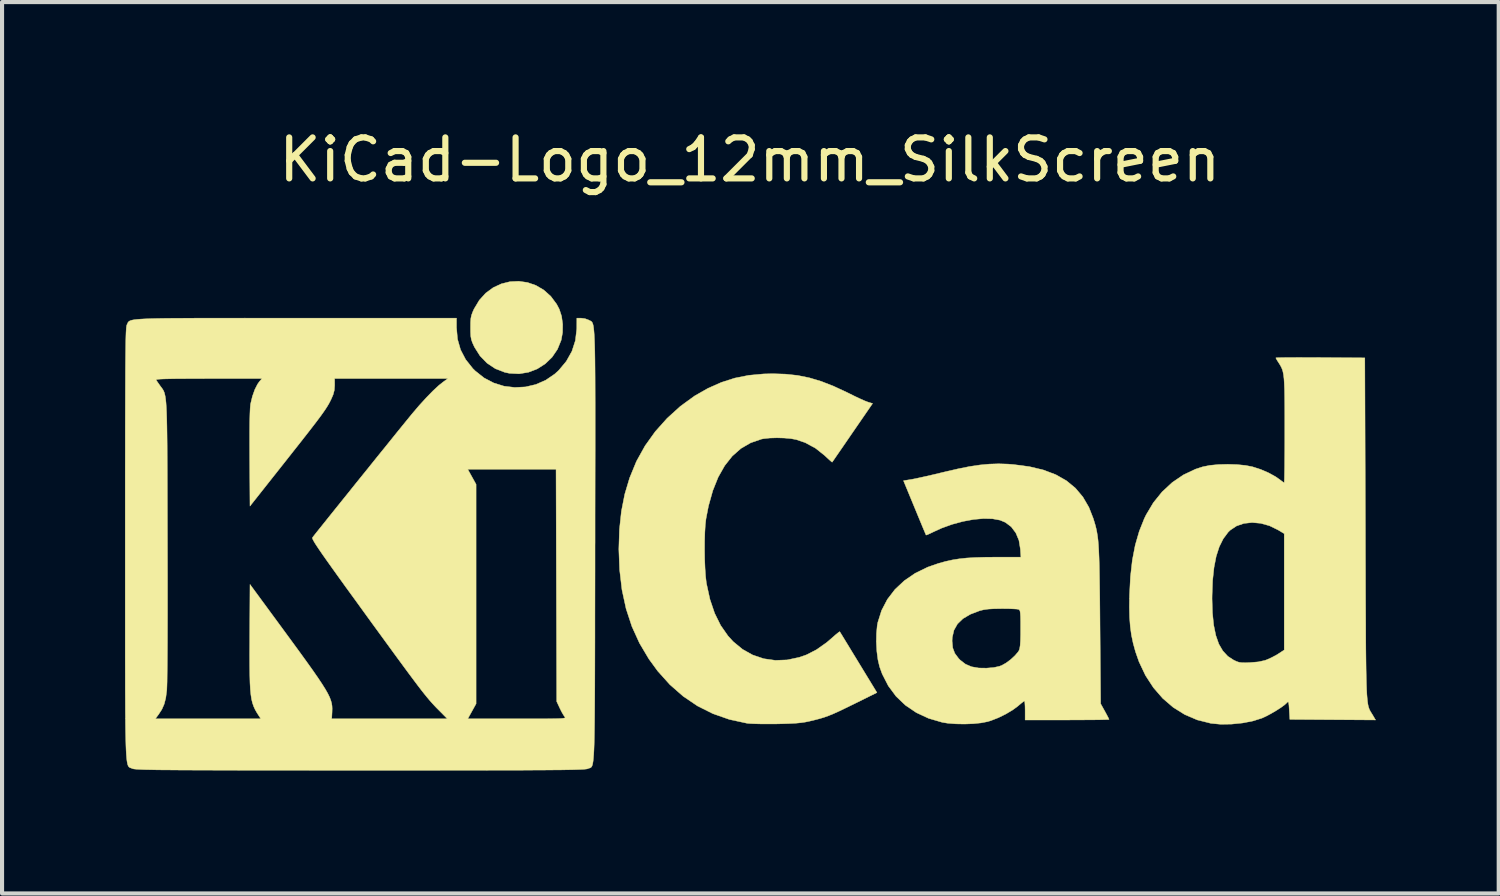
<source format=kicad_pcb>
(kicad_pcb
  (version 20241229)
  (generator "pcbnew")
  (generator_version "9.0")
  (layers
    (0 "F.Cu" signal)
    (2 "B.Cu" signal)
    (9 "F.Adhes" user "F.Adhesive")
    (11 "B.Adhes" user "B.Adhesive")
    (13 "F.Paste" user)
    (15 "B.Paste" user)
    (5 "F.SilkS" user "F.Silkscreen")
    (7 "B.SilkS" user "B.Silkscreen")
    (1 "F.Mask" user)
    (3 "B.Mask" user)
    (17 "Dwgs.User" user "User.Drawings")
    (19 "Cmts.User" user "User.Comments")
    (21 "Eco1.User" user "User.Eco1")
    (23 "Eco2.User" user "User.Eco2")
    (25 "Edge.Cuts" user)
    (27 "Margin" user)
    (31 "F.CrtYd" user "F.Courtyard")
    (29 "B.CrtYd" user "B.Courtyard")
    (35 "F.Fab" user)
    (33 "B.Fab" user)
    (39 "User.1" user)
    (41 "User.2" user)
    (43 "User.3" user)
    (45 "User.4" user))
  (footprint "KiCad-Logo_12mm_SilkScreen"
    (layer "F.Cu")
    (at 15.245 9.738)
    (property "Reference" "KiCad-Logo_12mm_SilkScreen" (at 0 -8.89 0) (layer "F.SilkS") (effects (font (size 1 1) (thickness 0.15))))
    (attr exclude_from_pos_files exclude_from_bom allow_missing_courtyard)
    (fp_poly (pts (xy -5.423 -5.895) (xy -5.218 -5.824) (xy -5.027 -5.712) (xy -4.856 -5.559) (xy -4.712 -5.366) (xy -4.648 -5.244) (xy -4.592 -5.073) (xy -4.565 -4.876) (xy -4.568 -4.674) (xy -4.601 -4.49) (xy -4.692 -4.266) (xy -4.824 -4.072) (xy -4.991 -3.911) (xy -5.185 -3.787) (xy -5.399 -3.705) (xy -5.628 -3.667) (xy -5.865 -3.679) (xy -5.981 -3.704) (xy -6.208 -3.792) (xy -6.41 -3.927) (xy -6.582 -4.104) (xy -6.718 -4.319) (xy -6.729 -4.343) (xy -6.769 -4.431) (xy -6.794 -4.505) (xy -6.808 -4.583) (xy -6.813 -4.684) (xy -6.814 -4.793) (xy -6.813 -4.925) (xy -6.806 -5.019) (xy -6.79 -5.096) (xy -6.762 -5.173) (xy -6.728 -5.249) (xy -6.599 -5.464) (xy -6.441 -5.638) (xy -6.259 -5.771) (xy -6.06 -5.863) (xy -5.85 -5.915) (xy -5.636 -5.925) (xy -5.423 -5.895)) (stroke (width 0.01) (type solid)) (fill yes) (layer "F.SilkS"))
    (fp_poly (pts (xy 0.875 -3.659) (xy 1.17 -3.627) (xy 1.455 -3.569) (xy 1.743 -3.483) (xy 2.045 -3.365) (xy 2.372 -3.213) (xy 2.431 -3.184) (xy 2.566 -3.117) (xy 2.694 -3.057) (xy 2.801 -3.009) (xy 2.876 -2.98) (xy 2.887 -2.976) (xy 2.997 -2.943) (xy 2.506 -2.23) (xy 2.386 -2.055) (xy 2.277 -1.896) (xy 2.181 -1.757) (xy 2.103 -1.644) (xy 2.047 -1.562) (xy 2.015 -1.517) (xy 2.01 -1.51) (xy 1.99 -1.525) (xy 1.939 -1.57) (xy 1.867 -1.636) (xy 1.827 -1.674) (xy 1.603 -1.852) (xy 1.351 -1.988) (xy 1.133 -2.062) (xy 1.003 -2.086) (xy 0.84 -2.1) (xy 0.663 -2.105) (xy 0.491 -2.1) (xy 0.345 -2.085) (xy 0.286 -2.074) (xy 0.022 -1.983) (xy -0.216 -1.845) (xy -0.427 -1.659) (xy -0.612 -1.425) (xy -0.771 -1.144) (xy -0.902 -0.817) (xy -1.007 -0.443) (xy -1.069 -0.123) (xy -1.085 0.018) (xy -1.096 0.201) (xy -1.102 0.412) (xy -1.103 0.637) (xy -1.1 0.865) (xy -1.091 1.081) (xy -1.078 1.273) (xy -1.06 1.428) (xy -1.056 1.452) (xy -0.972 1.836) (xy -0.857 2.176) (xy -0.71 2.473) (xy -0.531 2.729) (xy -0.404 2.868) (xy -0.176 3.056) (xy 0.073 3.195) (xy 0.341 3.285) (xy 0.623 3.325) (xy 0.913 3.314) (xy 1.209 3.251) (xy 1.384 3.19) (xy 1.626 3.066) (xy 1.876 2.89) (xy 2.016 2.77) (xy 2.094 2.701) (xy 2.156 2.651) (xy 2.191 2.626) (xy 2.195 2.625) (xy 2.211 2.65) (xy 2.252 2.716) (xy 2.314 2.818) (xy 2.394 2.949) (xy 2.488 3.104) (xy 2.594 3.277) (xy 2.653 3.374) (xy 3.103 4.112) (xy 2.541 4.39) (xy 2.338 4.489) (xy 2.174 4.568) (xy 2.038 4.629) (xy 1.921 4.677) (xy 1.812 4.716) (xy 1.701 4.749) (xy 1.579 4.781) (xy 1.461 4.809) (xy 1.357 4.831) (xy 1.248 4.847) (xy 1.123 4.859) (xy 0.972 4.867) (xy 0.783 4.873) (xy 0.655 4.876) (xy 0.474 4.877) (xy 0.3 4.877) (xy 0.144 4.873) (xy 0.02 4.868) (xy -0.063 4.861) (xy -0.068 4.86) (xy -0.497 4.767) (xy -0.9 4.626) (xy -1.276 4.438) (xy -1.626 4.201) (xy -1.95 3.917) (xy -2.247 3.586) (xy -2.462 3.291) (xy -2.691 2.905) (xy -2.876 2.498) (xy -3.018 2.066) (xy -3.118 1.605) (xy -3.176 1.113) (xy -3.195 0.614) (xy -3.18 0.131) (xy -3.132 -0.315) (xy -3.05 -0.731) (xy -2.932 -1.125) (xy -2.777 -1.503) (xy -2.759 -1.543) (xy -2.555 -1.91) (xy -2.305 -2.259) (xy -2.015 -2.583) (xy -1.693 -2.875) (xy -1.346 -3.127) (xy -1.022 -3.312) (xy -0.695 -3.457) (xy -0.368 -3.562) (xy -0.027 -3.63) (xy 0.34 -3.664) (xy 0.56 -3.669) (xy 0.875 -3.659)) (stroke (width 0.01) (type solid)) (fill yes) (layer "F.SilkS"))
    (fp_poly (pts (xy 13.611 -4.064) (xy 13.843 -4.063) (xy 13.922 -4.063) (xy 15.008 -4.056) (xy 15.022 0.109) (xy 15.023 0.674) (xy 15.025 1.187) (xy 15.026 1.65) (xy 15.028 2.067) (xy 15.03 2.44) (xy 15.031 2.772) (xy 15.033 3.064) (xy 15.036 3.321) (xy 15.039 3.544) (xy 15.043 3.737) (xy 15.047 3.901) (xy 15.052 4.04) (xy 15.058 4.157) (xy 15.066 4.253) (xy 15.074 4.331) (xy 15.083 4.395) (xy 15.094 4.447) (xy 15.107 4.489) (xy 15.12 4.524) (xy 15.136 4.555) (xy 15.153 4.585) (xy 15.172 4.615) (xy 15.193 4.649) (xy 15.198 4.657) (xy 15.27 4.78) (xy 14.224 4.773) (xy 13.178 4.766) (xy 13.164 4.536) (xy 13.157 4.426) (xy 13.149 4.362) (xy 13.139 4.337) (xy 13.123 4.342) (xy 13.11 4.356) (xy 13.052 4.41) (xy 12.959 4.478) (xy 12.842 4.553) (xy 12.715 4.627) (xy 12.592 4.692) (xy 12.498 4.735) (xy 12.276 4.805) (xy 12.022 4.854) (xy 11.754 4.881) (xy 11.491 4.885) (xy 11.252 4.862) (xy 11.248 4.861) (xy 10.92 4.779) (xy 10.614 4.648) (xy 10.331 4.471) (xy 10.075 4.251) (xy 9.849 3.99) (xy 9.655 3.692) (xy 9.498 3.36) (xy 9.412 3.114) (xy 9.355 2.907) (xy 9.313 2.708) (xy 9.285 2.503) (xy 9.268 2.28) (xy 9.262 2.027) (xy 9.265 1.821) (xy 11.28 1.821) (xy 11.29 2.167) (xy 11.32 2.464) (xy 11.372 2.717) (xy 11.445 2.926) (xy 11.543 3.094) (xy 11.664 3.225) (xy 11.805 3.317) (xy 11.878 3.352) (xy 11.941 3.373) (xy 12.011 3.382) (xy 12.106 3.383) (xy 12.208 3.379) (xy 12.409 3.362) (xy 12.568 3.327) (xy 12.618 3.309) (xy 12.732 3.258) (xy 12.852 3.194) (xy 12.905 3.161) (xy 13.041 3.072) (xy 13.041 0.233) (xy 12.891 0.143) (xy 12.682 0.041) (xy 12.468 -0.019) (xy 12.257 -0.038) (xy 12.057 -0.016) (xy 11.877 0.046) (xy 11.723 0.149) (xy 11.673 0.198) (xy 11.553 0.359) (xy 11.456 0.554) (xy 11.381 0.787) (xy 11.328 1.06) (xy 11.294 1.377) (xy 11.281 1.742) (xy 11.28 1.821) (xy 9.265 1.821) (xy 9.266 1.735) (xy 9.289 1.285) (xy 9.335 0.88) (xy 9.406 0.512) (xy 9.503 0.177) (xy 9.626 -0.132) (xy 9.67 -0.223) (xy 9.848 -0.522) (xy 10.062 -0.787) (xy 10.308 -1.015) (xy 10.581 -1.201) (xy 10.877 -1.341) (xy 11.053 -1.398) (xy 11.227 -1.433) (xy 11.436 -1.453) (xy 11.663 -1.459) (xy 11.89 -1.452) (xy 12.1 -1.431) (xy 12.268 -1.398) (xy 12.469 -1.333) (xy 12.663 -1.249) (xy 12.833 -1.155) (xy 12.924 -1.091) (xy 12.986 -1.044) (xy 13.03 -1.015) (xy 13.04 -1.011) (xy 13.043 -1.037) (xy 13.046 -1.113) (xy 13.048 -1.232) (xy 13.051 -1.391) (xy 13.052 -1.582) (xy 13.054 -1.801) (xy 13.055 -2.043) (xy 13.055 -2.29) (xy 13.055 -2.606) (xy 13.054 -2.872) (xy 13.052 -3.093) (xy 13.049 -3.276) (xy 13.043 -3.424) (xy 13.036 -3.543) (xy 13.025 -3.638) (xy 13.011 -3.713) (xy 12.993 -3.775) (xy 12.97 -3.828) (xy 12.943 -3.878) (xy 12.911 -3.929) (xy 12.907 -3.935) (xy 12.865 -4.001) (xy 12.84 -4.046) (xy 12.837 -4.056) (xy 12.863 -4.059) (xy 12.938 -4.061) (xy 13.056 -4.063) (xy 13.212 -4.064) (xy 13.399 -4.065) (xy 13.611 -4.064)) (stroke (width 0.01) (type solid)) (fill yes) (layer "F.SilkS"))
    (fp_poly (pts (xy 6.301 -1.464) (xy 6.436 -1.453) (xy 6.823 -1.402) (xy 7.166 -1.32) (xy 7.467 -1.206) (xy 7.726 -1.059) (xy 7.946 -0.878) (xy 8.128 -0.662) (xy 8.275 -0.41) (xy 8.382 -0.137) (xy 8.409 -0.049) (xy 8.433 0.032) (xy 8.453 0.113) (xy 8.47 0.196) (xy 8.485 0.288) (xy 8.498 0.391) (xy 8.508 0.511) (xy 8.516 0.651) (xy 8.523 0.817) (xy 8.529 1.012) (xy 8.533 1.242) (xy 8.537 1.509) (xy 8.541 1.82) (xy 8.544 2.178) (xy 8.546 2.458) (xy 8.562 4.384) (xy 8.665 4.569) (xy 8.713 4.658) (xy 8.749 4.727) (xy 8.766 4.764) (xy 8.767 4.767) (xy 8.741 4.77) (xy 8.666 4.772) (xy 8.548 4.775) (xy 8.394 4.777) (xy 8.209 4.778) (xy 7.999 4.779) (xy 7.77 4.78) (xy 7.743 4.78) (xy 6.719 4.78) (xy 6.719 4.547) (xy 6.717 4.443) (xy 6.712 4.362) (xy 6.706 4.319) (xy 6.703 4.315) (xy 6.676 4.332) (xy 6.62 4.376) (xy 6.547 4.437) (xy 6.546 4.439) (xy 6.413 4.537) (xy 6.246 4.636) (xy 6.063 4.726) (xy 5.883 4.796) (xy 5.804 4.82) (xy 5.646 4.851) (xy 5.452 4.871) (xy 5.241 4.879) (xy 5.029 4.875) (xy 4.834 4.86) (xy 4.698 4.838) (xy 4.363 4.74) (xy 4.063 4.6) (xy 3.797 4.42) (xy 3.569 4.202) (xy 3.38 3.947) (xy 3.232 3.658) (xy 3.168 3.482) (xy 3.128 3.312) (xy 3.101 3.107) (xy 3.089 2.886) (xy 3.089 2.854) (xy 4.937 2.854) (xy 4.952 3.018) (xy 5.003 3.154) (xy 5.097 3.28) (xy 5.133 3.317) (xy 5.262 3.417) (xy 5.411 3.481) (xy 5.589 3.512) (xy 5.777 3.515) (xy 5.955 3.5) (xy 6.091 3.47) (xy 6.15 3.448) (xy 6.257 3.387) (xy 6.37 3.303) (xy 6.473 3.207) (xy 6.55 3.116) (xy 6.571 3.082) (xy 6.586 3.035) (xy 6.598 2.96) (xy 6.605 2.851) (xy 6.609 2.699) (xy 6.609 2.554) (xy 6.609 2.386) (xy 6.607 2.264) (xy 6.602 2.181) (xy 6.595 2.128) (xy 6.583 2.099) (xy 6.567 2.084) (xy 6.562 2.082) (xy 6.518 2.074) (xy 6.431 2.069) (xy 6.312 2.064) (xy 6.175 2.063) (xy 6.145 2.063) (xy 5.961 2.066) (xy 5.819 2.074) (xy 5.707 2.09) (xy 5.613 2.113) (xy 5.382 2.201) (xy 5.201 2.308) (xy 5.068 2.437) (xy 4.982 2.59) (xy 4.941 2.768) (xy 4.937 2.854) (xy 3.089 2.854) (xy 3.092 2.67) (xy 3.11 2.476) (xy 3.125 2.397) (xy 3.217 2.106) (xy 3.357 1.838) (xy 3.542 1.596) (xy 3.77 1.382) (xy 4.037 1.199) (xy 4.343 1.05) (xy 4.602 0.96) (xy 4.775 0.912) (xy 4.941 0.875) (xy 5.11 0.848) (xy 5.293 0.828) (xy 5.501 0.816) (xy 5.744 0.809) (xy 5.964 0.807) (xy 6.616 0.806) (xy 6.603 0.61) (xy 6.568 0.397) (xy 6.492 0.215) (xy 6.38 0.066) (xy 6.234 -0.043) (xy 6.106 -0.096) (xy 5.922 -0.13) (xy 5.703 -0.135) (xy 5.46 -0.113) (xy 5.202 -0.065) (xy 4.939 0.006) (xy 4.683 0.098) (xy 4.497 0.183) (xy 4.407 0.226) (xy 4.339 0.257) (xy 4.304 0.268) (xy 4.302 0.268) (xy 4.29 0.242) (xy 4.26 0.171) (xy 4.215 0.064) (xy 4.158 -0.074) (xy 4.091 -0.235) (xy 4.023 -0.4) (xy 3.751 -1.059) (xy 3.944 -1.09) (xy 4.028 -1.106) (xy 4.154 -1.133) (xy 4.312 -1.168) (xy 4.49 -1.209) (xy 4.677 -1.254) (xy 4.752 -1.272) (xy 5.076 -1.347) (xy 5.359 -1.404) (xy 5.613 -1.442) (xy 5.847 -1.464) (xy 6.073 -1.471) (xy 6.301 -1.464)) (stroke (width 0.01) (type solid)) (fill yes) (layer "F.SilkS"))
    (fp_poly (pts (xy -11.847 -5.025) (xy -11.321 -5.025) (xy -11.076 -5.025) (xy -7.156 -5.025) (xy -7.156 -4.794) (xy -7.131 -4.513) (xy -7.057 -4.254) (xy -6.932 -4.015) (xy -6.756 -3.794) (xy -6.696 -3.735) (xy -6.482 -3.566) (xy -6.246 -3.443) (xy -5.995 -3.365) (xy -5.735 -3.334) (xy -5.475 -3.347) (xy -5.221 -3.406) (xy -4.98 -3.511) (xy -4.76 -3.661) (xy -4.661 -3.751) (xy -4.476 -3.973) (xy -4.34 -4.216) (xy -4.255 -4.479) (xy -4.222 -4.759) (xy -4.221 -4.786) (xy -4.22 -5.025) (xy -4.115 -5.025) (xy -4.021 -5.013) (xy -3.936 -4.982) (xy -3.931 -4.979) (xy -3.912 -4.969) (xy -3.894 -4.961) (xy -3.878 -4.953) (xy -3.863 -4.943) (xy -3.85 -4.928) (xy -3.838 -4.907) (xy -3.827 -4.876) (xy -3.817 -4.834) (xy -3.809 -4.778) (xy -3.802 -4.707) (xy -3.795 -4.617) (xy -3.79 -4.507) (xy -3.785 -4.374) (xy -3.781 -4.216) (xy -3.778 -4.031) (xy -3.776 -3.817) (xy -3.774 -3.571) (xy -3.773 -3.29) (xy -3.772 -2.974) (xy -3.772 -2.619) (xy -3.772 -2.223) (xy -3.772 -1.784) (xy -3.773 -1.3) (xy -3.774 -0.769) (xy -3.775 -0.187) (xy -3.775 0.446) (xy -3.776 0.524) (xy -3.776 1.161) (xy -3.777 1.747) (xy -3.778 2.282) (xy -3.778 2.769) (xy -3.779 3.211) (xy -3.78 3.609) (xy -3.781 3.967) (xy -3.783 4.285) (xy -3.785 4.568) (xy -3.787 4.815) (xy -3.79 5.031) (xy -3.793 5.217) (xy -3.797 5.376) (xy -3.802 5.509) (xy -3.808 5.62) (xy -3.815 5.709) (xy -3.822 5.781) (xy -3.831 5.836) (xy -3.84 5.877) (xy -3.851 5.906) (xy -3.863 5.926) (xy -3.877 5.939) (xy -3.892 5.948) (xy -3.908 5.953) (xy -3.926 5.958) (xy -3.946 5.965) (xy -3.95 5.968) (xy -3.965 5.973) (xy -3.991 5.977) (xy -4.028 5.981) (xy -4.08 5.985) (xy -4.148 5.988) (xy -4.236 5.991) (xy -4.344 5.994) (xy -4.476 5.996) (xy -4.633 5.999) (xy -4.818 6) (xy -5.033 6.002) (xy -5.28 6.003) (xy -5.561 6.005) (xy -5.878 6.006) (xy -6.234 6.006) (xy -6.631 6.007) (xy -7.071 6.007) (xy -7.556 6.008) (xy -8.088 6.008) (xy -8.67 6.008) (xy -9.303 6.008) (xy -9.509 6.008) (xy -10.156 6.008) (xy -10.752 6.008) (xy -11.297 6.007) (xy -11.794 6.007) (xy -12.245 6.007) (xy -12.653 6.006) (xy -13.02 6.005) (xy -13.347 6.004) (xy -13.638 6.003) (xy -13.894 6.002) (xy -14.117 6) (xy -14.31 5.999) (xy -14.476 5.997) (xy -14.615 5.994) (xy -14.731 5.992) (xy -14.826 5.989) (xy -14.901 5.985) (xy -14.96 5.982) (xy -15.003 5.978) (xy -15.035 5.974) (xy -15.056 5.969) (xy -15.067 5.965) (xy -15.088 5.956) (xy -15.107 5.95) (xy -15.124 5.943) (xy -15.139 5.935) (xy -15.154 5.921) (xy -15.166 5.902) (xy -15.178 5.873) (xy -15.188 5.832) (xy -15.197 5.779) (xy -15.205 5.709) (xy -15.212 5.622) (xy -15.218 5.514) (xy -15.223 5.383) (xy -15.227 5.228) (xy -15.231 5.045) (xy -15.234 4.834) (xy -15.234 4.752) (xy -14.505 4.752) (xy -11.929 4.752) (xy -11.979 4.677) (xy -12.028 4.6) (xy -12.07 4.526) (xy -12.104 4.452) (xy -12.133 4.37) (xy -12.156 4.277) (xy -12.173 4.166) (xy -12.186 4.034) (xy -12.195 3.875) (xy -12.2 3.683) (xy -12.203 3.454) (xy -12.204 3.182) (xy -12.202 2.863) (xy -12.202 2.744) (xy -12.195 1.472) (xy -11.389 2.569) (xy -11.161 2.88) (xy -10.963 3.151) (xy -10.794 3.385) (xy -10.65 3.587) (xy -10.531 3.759) (xy -10.434 3.905) (xy -10.357 4.028) (xy -10.297 4.133) (xy -10.253 4.223) (xy -10.223 4.302) (xy -10.203 4.372) (xy -10.193 4.439) (xy -10.19 4.504) (xy -10.192 4.573) (xy -10.192 4.581) (xy -10.201 4.752) (xy -8.789 4.752) (xy -7.378 4.752) (xy -7.588 4.54) (xy -7.645 4.483) (xy -7.699 4.426) (xy -7.752 4.368) (xy -7.807 4.306) (xy -7.867 4.235) (xy -7.933 4.154) (xy -8.008 4.059) (xy -8.094 3.947) (xy -8.194 3.814) (xy -8.31 3.659) (xy -8.445 3.476) (xy -8.6 3.265) (xy -8.779 3.02) (xy -8.983 2.74) (xy -9.215 2.422) (xy -9.405 2.16) (xy -9.643 1.831) (xy -9.852 1.544) (xy -10.031 1.295) (xy -10.184 1.082) (xy -10.312 0.902) (xy -10.417 0.753) (xy -10.501 0.631) (xy -10.566 0.534) (xy -10.614 0.46) (xy -10.646 0.404) (xy -10.665 0.366) (xy -10.673 0.342) (xy -10.67 0.329) (xy -10.644 0.295) (xy -10.587 0.222) (xy -10.502 0.116) (xy -10.393 -0.02) (xy -10.264 -0.181) (xy -10.118 -0.363) (xy -9.958 -0.562) (xy -9.788 -0.773) (xy -9.612 -0.993) (xy -9.432 -1.216) (xy -9.333 -1.338) (xy -6.882 -1.338) (xy -6.678 -0.97) (xy -6.678 4.384) (xy -6.882 4.752) (xy -5.676 4.752) (xy -5.388 4.752) (xy -5.151 4.752) (xy -4.958 4.751) (xy -4.807 4.749) (xy -4.693 4.747) (xy -4.61 4.744) (xy -4.554 4.739) (xy -4.521 4.733) (xy -4.507 4.725) (xy -4.506 4.715) (xy -4.515 4.704) (xy -4.515 4.704) (xy -4.549 4.654) (xy -4.595 4.573) (xy -4.635 4.492) (xy -4.711 4.329) (xy -4.719 1.495) (xy -4.727 -1.338) (xy -6.882 -1.338) (xy -9.333 -1.338) (xy -9.253 -1.438) (xy -9.078 -1.656) (xy -8.909 -1.864) (xy -8.752 -2.059) (xy -8.609 -2.237) (xy -8.483 -2.392) (xy -8.378 -2.521) (xy -8.298 -2.619) (xy -8.251 -2.677) (xy -8.069 -2.891) (xy -7.893 -3.084) (xy -7.731 -3.25) (xy -7.588 -3.383) (xy -7.486 -3.464) (xy -7.366 -3.551) (xy -10.13 -3.551) (xy -10.129 -3.388) (xy -10.137 -3.269) (xy -10.166 -3.159) (xy -10.211 -3.054) (xy -10.24 -2.995) (xy -10.271 -2.936) (xy -10.308 -2.874) (xy -10.352 -2.805) (xy -10.408 -2.724) (xy -10.476 -2.629) (xy -10.562 -2.514) (xy -10.667 -2.377) (xy -10.794 -2.213) (xy -10.946 -2.019) (xy -11.127 -1.79) (xy -11.338 -1.522) (xy -11.362 -1.492) (xy -12.195 -0.439) (xy -12.203 -1.605) (xy -12.204 -1.955) (xy -12.204 -2.251) (xy -12.202 -2.494) (xy -12.197 -2.686) (xy -12.191 -2.826) (xy -12.183 -2.917) (xy -12.18 -2.935) (xy -12.136 -3.117) (xy -12.078 -3.281) (xy -12.011 -3.413) (xy -11.972 -3.469) (xy -11.903 -3.551) (xy -13.204 -3.551) (xy -13.515 -3.55) (xy -13.774 -3.549) (xy -13.987 -3.548) (xy -14.156 -3.545) (xy -14.286 -3.542) (xy -14.38 -3.538) (xy -14.442 -3.533) (xy -14.476 -3.526) (xy -14.486 -3.518) (xy -14.485 -3.516) (xy -14.458 -3.475) (xy -14.412 -3.409) (xy -14.388 -3.375) (xy -14.363 -3.342) (xy -14.341 -3.312) (xy -14.321 -3.283) (xy -14.304 -3.252) (xy -14.288 -3.215) (xy -14.275 -3.17) (xy -14.263 -3.114) (xy -14.253 -3.043) (xy -14.244 -2.956) (xy -14.237 -2.849) (xy -14.231 -2.719) (xy -14.226 -2.563) (xy -14.222 -2.379) (xy -14.219 -2.162) (xy -14.216 -1.912) (xy -14.215 -1.623) (xy -14.213 -1.295) (xy -14.212 -0.922) (xy -14.211 -0.504) (xy -14.21 -0.036) (xy -14.209 0.393) (xy -14.208 0.872) (xy -14.207 1.329) (xy -14.207 1.761) (xy -14.207 2.166) (xy -14.208 2.539) (xy -14.209 2.879) (xy -14.211 3.182) (xy -14.213 3.446) (xy -14.216 3.668) (xy -14.218 3.844) (xy -14.222 3.971) (xy -14.225 4.048) (xy -14.226 4.056) (xy -14.25 4.242) (xy -14.288 4.391) (xy -14.345 4.521) (xy -14.428 4.649) (xy -14.439 4.663) (xy -14.505 4.752) (xy -15.234 4.752) (xy -15.236 4.59) (xy -15.237 4.313) (xy -15.239 3.999) (xy -15.239 3.648) (xy -15.24 3.255) (xy -15.24 2.82) (xy -15.24 2.339) (xy -15.24 1.811) (xy -15.24 1.234) (xy -15.24 0.604) (xy -15.24 0.479) (xy -15.24 -0.157) (xy -15.24 -0.741) (xy -15.24 -1.274) (xy -15.239 -1.76) (xy -15.239 -2.2) (xy -15.238 -2.597) (xy -15.237 -2.952) (xy -15.236 -3.269) (xy -15.235 -3.549) (xy -15.234 -3.794) (xy -15.232 -4.008) (xy -15.23 -4.191) (xy -15.228 -4.346) (xy -15.226 -4.477) (xy -15.223 -4.583) (xy -15.22 -4.669) (xy -15.216 -4.736) (xy -15.213 -4.787) (xy -15.208 -4.823) (xy -15.204 -4.848) (xy -15.199 -4.862) (xy -15.199 -4.862) (xy -15.188 -4.885) (xy -15.18 -4.905) (xy -15.17 -4.923) (xy -15.157 -4.939) (xy -15.138 -4.953) (xy -15.11 -4.966) (xy -15.071 -4.977) (xy -15.017 -4.987) (xy -14.947 -4.995) (xy -14.858 -5.002) (xy -14.746 -5.008) (xy -14.61 -5.013) (xy -14.447 -5.017) (xy -14.254 -5.02) (xy -14.029 -5.022) (xy -13.768 -5.023) (xy -13.47 -5.025) (xy -13.131 -5.025) (xy -12.75 -5.025) (xy -12.323 -5.026) (xy -11.847 -5.025)) (stroke (width 0.01) (type solid)) (fill yes) (layer "F.SilkS")))
  (gr_rect
    (start -3 -3)
    (end 33.52 18.751)
    (stroke (width 0.1) (type default))
    (fill no)
    (layer "Edge.Cuts")))
</source>
